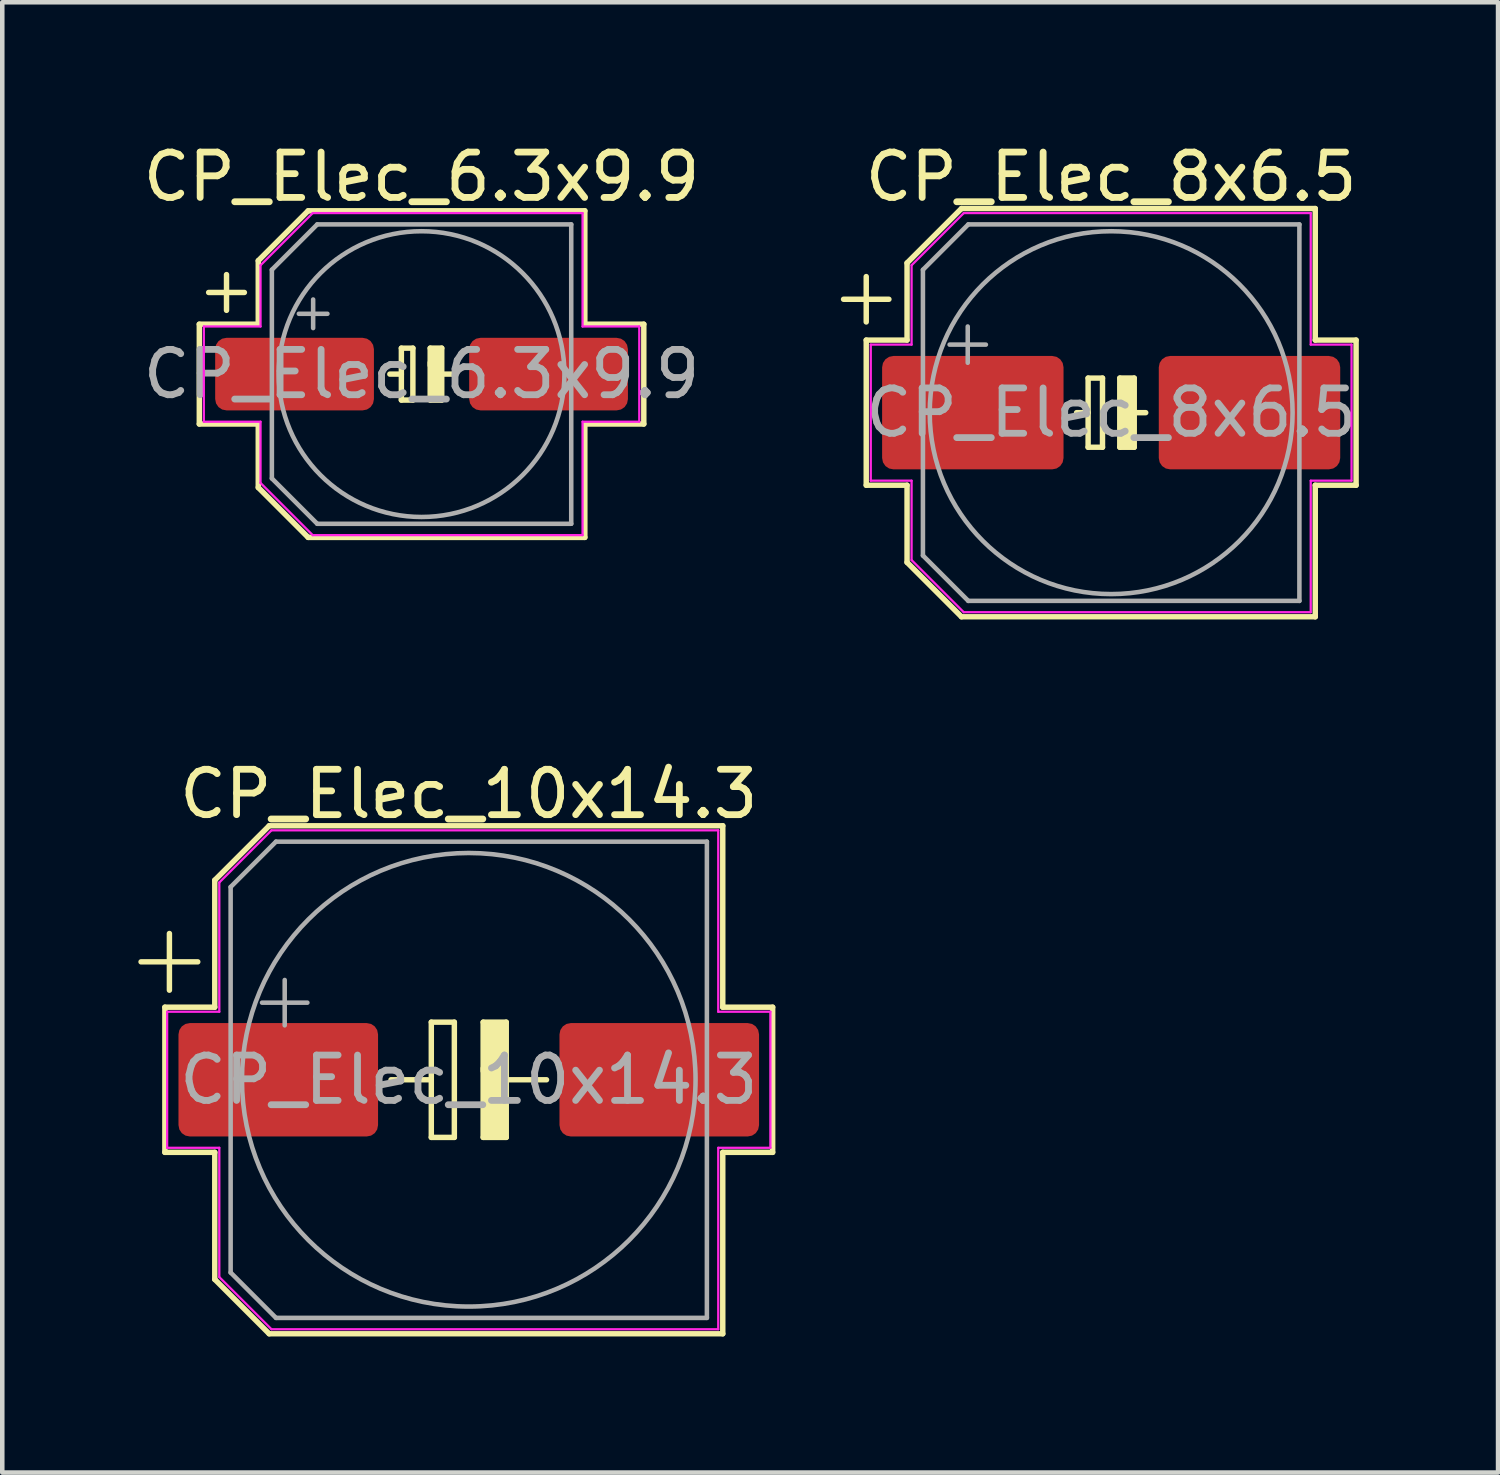
<source format=kicad_pcb>
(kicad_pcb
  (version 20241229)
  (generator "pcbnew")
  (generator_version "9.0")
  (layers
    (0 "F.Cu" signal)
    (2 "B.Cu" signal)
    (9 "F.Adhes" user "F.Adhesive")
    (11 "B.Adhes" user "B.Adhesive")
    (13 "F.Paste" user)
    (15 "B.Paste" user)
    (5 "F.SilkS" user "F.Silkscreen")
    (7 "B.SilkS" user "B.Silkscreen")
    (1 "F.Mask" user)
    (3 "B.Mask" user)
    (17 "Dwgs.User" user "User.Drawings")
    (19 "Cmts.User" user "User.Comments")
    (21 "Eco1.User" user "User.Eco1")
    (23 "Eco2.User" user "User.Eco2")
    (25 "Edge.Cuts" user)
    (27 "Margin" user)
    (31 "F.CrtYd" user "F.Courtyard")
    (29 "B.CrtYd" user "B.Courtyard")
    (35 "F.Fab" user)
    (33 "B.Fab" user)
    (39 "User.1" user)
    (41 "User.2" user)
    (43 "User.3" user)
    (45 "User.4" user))
  (footprint "CP_Elec_10x14.3"
    (layer "F.Cu")
    (at 7.285 20.756)
    (property "Reference" "CP_Elec_10x14.3" (at 0 -6.3 0) (layer "F.SilkS") (effects (font (size 1 1) (thickness 0.15))))
    (attr smd)
    (fp_line (start -7.225 -2.6) (end -5.975 -2.6) (stroke (width 0.12) (type solid)) (layer "F.SilkS"))
    (fp_line (start -6.7 -1.6) (end -6.7 1.6) (stroke (width 0.12) (type solid)) (layer "F.SilkS"))
    (fp_line (start -6.7 1.6) (end -5.6 1.6) (stroke (width 0.12) (type solid)) (layer "F.SilkS"))
    (fp_line (start -6.6 -3.225) (end -6.6 -1.975) (stroke (width 0.12) (type solid)) (layer "F.SilkS"))
    (fp_line (start -5.6 -4.4) (end -5.6 -1.6) (stroke (width 0.12) (type solid)) (layer "F.SilkS"))
    (fp_line (start -5.6 -1.6) (end -6.7 -1.6) (stroke (width 0.12) (type solid)) (layer "F.SilkS"))
    (fp_line (start -5.6 1.6) (end -5.6 4.4) (stroke (width 0.12) (type solid)) (layer "F.SilkS"))
    (fp_line (start -5.6 4.4) (end -4.4 5.6) (stroke (width 0.12) (type solid)) (layer "F.SilkS"))
    (fp_line (start -4.4 -5.6) (end -5.6 -4.4) (stroke (width 0.12) (type solid)) (layer "F.SilkS"))
    (fp_line (start -4.4 5.6) (end 5.6 5.6) (stroke (width 0.12) (type solid)) (layer "F.SilkS"))
    (fp_line (start -1.714 0) (end -0.826 0) (stroke (width 0.12) (type solid)) (layer "F.SilkS"))
    (fp_line (start -0.826 1.27) (end -0.826 -1.27) (stroke (width 0.12) (type solid)) (layer "F.SilkS"))
    (fp_line (start -0.318 -1.27) (end -0.826 -1.27) (stroke (width 0.12) (type solid)) (layer "F.SilkS"))
    (fp_line (start -0.318 -1.27) (end -0.318 1.27) (stroke (width 0.12) (type solid)) (layer "F.SilkS"))
    (fp_line (start -0.318 1.27) (end -0.826 1.27) (stroke (width 0.12) (type solid)) (layer "F.SilkS"))
    (fp_line (start 0.318 -1.27) (end 0.318 -0.191) (stroke (width 0.12) (type solid)) (layer "F.SilkS"))
    (fp_line (start 0.318 -0.254) (end 0.318 1.27) (stroke (width 0.12) (type solid)) (layer "F.SilkS"))
    (fp_line (start 0.318 1.27) (end 0.826 1.27) (stroke (width 0.12) (type solid)) (layer "F.SilkS"))
    (fp_line (start 0.826 -1.27) (end 0.318 -1.27) (stroke (width 0.12) (type solid)) (layer "F.SilkS"))
    (fp_line (start 0.826 0) (end 1.714 0) (stroke (width 0.12) (type solid)) (layer "F.SilkS"))
    (fp_line (start 0.826 1.27) (end 0.826 -1.27) (stroke (width 0.12) (type solid)) (layer "F.SilkS"))
    (fp_line (start 5.6 -5.6) (end -4.4 -5.6) (stroke (width 0.12) (type solid)) (layer "F.SilkS"))
    (fp_line (start 5.6 -1.6) (end 5.6 -5.6) (stroke (width 0.12) (type solid)) (layer "F.SilkS"))
    (fp_line (start 5.6 1.6) (end 6.7 1.6) (stroke (width 0.12) (type solid)) (layer "F.SilkS"))
    (fp_line (start 5.6 5.6) (end 5.6 1.6) (stroke (width 0.12) (type solid)) (layer "F.SilkS"))
    (fp_line (start 6.7 -1.6) (end 5.6 -1.6) (stroke (width 0.12) (type solid)) (layer "F.SilkS"))
    (fp_line (start 6.7 1.6) (end 6.7 -1.6) (stroke (width 0.12) (type solid)) (layer "F.SilkS"))
    (fp_poly (pts (xy 0.826 1.27) (xy 0.318 1.27) (xy 0.318 -1.27) (xy 0.826 -1.27)) (stroke (width 0.1) (type solid)) (fill yes) (layer "F.SilkS"))
    (fp_line (start -6.65 -1.5) (end -6.65 1.5) (stroke (width 0.05) (type solid)) (layer "F.CrtYd"))
    (fp_line (start -6.65 1.5) (end -5.5 1.5) (stroke (width 0.05) (type solid)) (layer "F.CrtYd"))
    (fp_line (start -5.5 -4.35) (end -5.5 -1.5) (stroke (width 0.05) (type solid)) (layer "F.CrtYd"))
    (fp_line (start -5.5 -4.35) (end -4.35 -5.5) (stroke (width 0.05) (type solid)) (layer "F.CrtYd"))
    (fp_line (start -5.5 -1.5) (end -6.65 -1.5) (stroke (width 0.05) (type solid)) (layer "F.CrtYd"))
    (fp_line (start -5.5 1.5) (end -5.5 4.35) (stroke (width 0.05) (type solid)) (layer "F.CrtYd"))
    (fp_line (start -5.5 4.35) (end -4.35 5.5) (stroke (width 0.05) (type solid)) (layer "F.CrtYd"))
    (fp_line (start -4.35 -5.5) (end 5.5 -5.5) (stroke (width 0.05) (type solid)) (layer "F.CrtYd"))
    (fp_line (start -4.35 5.5) (end 5.5 5.5) (stroke (width 0.05) (type solid)) (layer "F.CrtYd"))
    (fp_line (start 5.5 -5.5) (end 5.5 -1.5) (stroke (width 0.05) (type solid)) (layer "F.CrtYd"))
    (fp_line (start 5.5 -1.5) (end 6.65 -1.5) (stroke (width 0.05) (type solid)) (layer "F.CrtYd"))
    (fp_line (start 5.5 1.5) (end 5.5 5.5) (stroke (width 0.05) (type solid)) (layer "F.CrtYd"))
    (fp_line (start 6.65 -1.5) (end 6.65 1.5) (stroke (width 0.05) (type solid)) (layer "F.CrtYd"))
    (fp_line (start 6.65 1.5) (end 5.5 1.5) (stroke (width 0.05) (type solid)) (layer "F.CrtYd"))
    (fp_line (start -5.25 -4.25) (end -5.25 4.25) (stroke (width 0.1) (type solid)) (layer "F.Fab"))
    (fp_line (start -5.25 -4.25) (end -4.25 -5.25) (stroke (width 0.1) (type solid)) (layer "F.Fab"))
    (fp_line (start -5.25 4.25) (end -4.25 5.25) (stroke (width 0.1) (type solid)) (layer "F.Fab"))
    (fp_line (start -4.558 -1.7) (end -3.558 -1.7) (stroke (width 0.1) (type solid)) (layer "F.Fab"))
    (fp_line (start -4.25 -5.25) (end 5.25 -5.25) (stroke (width 0.1) (type solid)) (layer "F.Fab"))
    (fp_line (start -4.25 5.25) (end 5.25 5.25) (stroke (width 0.1) (type solid)) (layer "F.Fab"))
    (fp_line (start -4.058 -2.2) (end -4.058 -1.2) (stroke (width 0.1) (type solid)) (layer "F.Fab"))
    (fp_line (start 5.25 -5.25) (end 5.25 5.25) (stroke (width 0.1) (type solid)) (layer "F.Fab"))
    (fp_circle (center 0 0) (end 5 0) (stroke (width 0.1) (type solid)) (fill no) (layer "F.Fab"))
    (fp_text user "${REFERENCE}" (at 0 0 0) (layer "F.Fab") (effects (font (size 1 1) (thickness 0.15))))
    (pad "1" smd roundrect (at -4.2 0) (size 4.4 2.5) (layers "F.Cu" "F.Mask" "F.Paste") (roundrect_rratio 0.1))
    (pad "2" smd roundrect (at 4.2 0) (size 4.4 2.5) (layers "F.Cu" "F.Mask" "F.Paste") (roundrect_rratio 0.1)))
  (footprint "CP_Elec_8x6.5"
    (layer "F.Cu")
    (at 21.448 6.048)
    (property "Reference" "CP_Elec_8x6.5" (at 0 -5.2 0) (layer "F.SilkS") (effects (font (size 1 1) (thickness 0.15))))
    (attr smd)
    (fp_line (start -5.9 -2.5) (end -4.9 -2.5) (stroke (width 0.12) (type solid)) (layer "F.SilkS"))
    (fp_line (start -5.4 -3) (end -5.4 -2) (stroke (width 0.12) (type solid)) (layer "F.SilkS"))
    (fp_line (start -5.4 -1.6) (end -5.4 1.6) (stroke (width 0.12) (type solid)) (layer "F.SilkS"))
    (fp_line (start -5.4 1.6) (end -4.5 1.6) (stroke (width 0.12) (type solid)) (layer "F.SilkS"))
    (fp_line (start -4.5 -3.3) (end -4.5 -1.6) (stroke (width 0.12) (type solid)) (layer "F.SilkS"))
    (fp_line (start -4.5 -1.6) (end -5.4 -1.6) (stroke (width 0.12) (type solid)) (layer "F.SilkS"))
    (fp_line (start -4.5 1.6) (end -4.5 3.3) (stroke (width 0.12) (type solid)) (layer "F.SilkS"))
    (fp_line (start -4.5 3.3) (end -3.3 4.5) (stroke (width 0.12) (type solid)) (layer "F.SilkS"))
    (fp_line (start -3.3 -4.5) (end -4.5 -3.3) (stroke (width 0.12) (type solid)) (layer "F.SilkS"))
    (fp_line (start -3.3 4.5) (end 4.5 4.5) (stroke (width 0.12) (type solid)) (layer "F.SilkS"))
    (fp_line (start -0.508 0) (end -0.762 0) (stroke (width 0.12) (type solid)) (layer "F.SilkS"))
    (fp_line (start -0.508 0.762) (end -0.508 -0.762) (stroke (width 0.12) (type solid)) (layer "F.SilkS"))
    (fp_line (start -0.508 0.762) (end -0.191 0.762) (stroke (width 0.12) (type solid)) (layer "F.SilkS"))
    (fp_line (start -0.191 -0.762) (end -0.508 -0.762) (stroke (width 0.12) (type solid)) (layer "F.SilkS"))
    (fp_line (start -0.191 -0.762) (end -0.191 0.762) (stroke (width 0.12) (type solid)) (layer "F.SilkS"))
    (fp_line (start 0.191 -0.762) (end 0.191 -0.191) (stroke (width 0.12) (type solid)) (layer "F.SilkS"))
    (fp_line (start 0.191 -0.254) (end 0.191 0.762) (stroke (width 0.12) (type solid)) (layer "F.SilkS"))
    (fp_line (start 0.191 0.762) (end 0.508 0.762) (stroke (width 0.12) (type solid)) (layer "F.SilkS"))
    (fp_line (start 0.508 -0.762) (end 0.191 -0.762) (stroke (width 0.12) (type solid)) (layer "F.SilkS"))
    (fp_line (start 0.508 0) (end 0.762 0) (stroke (width 0.12) (type solid)) (layer "F.SilkS"))
    (fp_line (start 0.508 0.762) (end 0.508 -0.762) (stroke (width 0.12) (type solid)) (layer "F.SilkS"))
    (fp_line (start 4.5 -4.5) (end -3.3 -4.5) (stroke (width 0.12) (type solid)) (layer "F.SilkS"))
    (fp_line (start 4.5 -1.6) (end 4.5 -4.5) (stroke (width 0.12) (type solid)) (layer "F.SilkS"))
    (fp_line (start 4.5 1.6) (end 5.4 1.6) (stroke (width 0.12) (type solid)) (layer "F.SilkS"))
    (fp_line (start 4.5 4.5) (end 4.5 1.6) (stroke (width 0.12) (type solid)) (layer "F.SilkS"))
    (fp_line (start 5.4 -1.6) (end 4.5 -1.6) (stroke (width 0.12) (type solid)) (layer "F.SilkS"))
    (fp_line (start 5.4 1.6) (end 5.4 -1.6) (stroke (width 0.12) (type solid)) (layer "F.SilkS"))
    (fp_poly (pts (xy 0.508 0.762) (xy 0.191 0.762) (xy 0.191 -0.762) (xy 0.508 -0.762)) (stroke (width 0.1) (type solid)) (fill yes) (layer "F.SilkS"))
    (fp_line (start -5.3 -1.5) (end -5.3 1.5) (stroke (width 0.05) (type solid)) (layer "F.CrtYd"))
    (fp_line (start -5.3 1.5) (end -4.4 1.5) (stroke (width 0.05) (type solid)) (layer "F.CrtYd"))
    (fp_line (start -4.4 -3.25) (end -4.4 -1.5) (stroke (width 0.05) (type solid)) (layer "F.CrtYd"))
    (fp_line (start -4.4 -3.25) (end -3.25 -4.4) (stroke (width 0.05) (type solid)) (layer "F.CrtYd"))
    (fp_line (start -4.4 -1.5) (end -5.3 -1.5) (stroke (width 0.05) (type solid)) (layer "F.CrtYd"))
    (fp_line (start -4.4 1.5) (end -4.4 3.25) (stroke (width 0.05) (type solid)) (layer "F.CrtYd"))
    (fp_line (start -4.4 3.25) (end -3.25 4.4) (stroke (width 0.05) (type solid)) (layer "F.CrtYd"))
    (fp_line (start -3.25 -4.4) (end 4.4 -4.4) (stroke (width 0.05) (type solid)) (layer "F.CrtYd"))
    (fp_line (start -3.25 4.4) (end 4.4 4.4) (stroke (width 0.05) (type solid)) (layer "F.CrtYd"))
    (fp_line (start 4.4 -4.4) (end 4.4 -1.5) (stroke (width 0.05) (type solid)) (layer "F.CrtYd"))
    (fp_line (start 4.4 -1.5) (end 5.3 -1.5) (stroke (width 0.05) (type solid)) (layer "F.CrtYd"))
    (fp_line (start 4.4 1.5) (end 4.4 4.4) (stroke (width 0.05) (type solid)) (layer "F.CrtYd"))
    (fp_line (start 5.3 -1.5) (end 5.3 1.5) (stroke (width 0.05) (type solid)) (layer "F.CrtYd"))
    (fp_line (start 5.3 1.5) (end 4.4 1.5) (stroke (width 0.05) (type solid)) (layer "F.CrtYd"))
    (fp_line (start -4.15 -3.15) (end -4.15 3.15) (stroke (width 0.1) (type solid)) (layer "F.Fab"))
    (fp_line (start -4.15 -3.15) (end -3.15 -4.15) (stroke (width 0.1) (type solid)) (layer "F.Fab"))
    (fp_line (start -4.15 3.15) (end -3.15 4.15) (stroke (width 0.1) (type solid)) (layer "F.Fab"))
    (fp_line (start -3.562 -1.5) (end -2.762 -1.5) (stroke (width 0.1) (type solid)) (layer "F.Fab"))
    (fp_line (start -3.162 -1.9) (end -3.162 -1.1) (stroke (width 0.1) (type solid)) (layer "F.Fab"))
    (fp_line (start -3.15 -4.15) (end 4.15 -4.15) (stroke (width 0.1) (type solid)) (layer "F.Fab"))
    (fp_line (start -3.15 4.15) (end 4.15 4.15) (stroke (width 0.1) (type solid)) (layer "F.Fab"))
    (fp_line (start 4.15 -4.15) (end 4.15 4.15) (stroke (width 0.1) (type solid)) (layer "F.Fab"))
    (fp_circle (center 0 0) (end 4 0) (stroke (width 0.1) (type solid)) (fill no) (layer "F.Fab"))
    (fp_text user "${REFERENCE}" (at 0 0 0) (layer "F.Fab") (effects (font (size 1 1) (thickness 0.15))))
    (pad "1" smd roundrect (at -3.05 0) (size 4 2.5) (layers "F.Cu" "F.Mask" "F.Paste") (roundrect_rratio 0.1))
    (pad "2" smd roundrect (at 3.05 0) (size 4 2.5) (layers "F.Cu" "F.Mask" "F.Paste") (roundrect_rratio 0.1)))
  (footprint "CP_Elec_6.3x9.9"
    (layer "F.Cu")
    (at 6.244 5.198)
    (property "Reference" "CP_Elec_6.3x9.9" (at 0 -4.35 0) (layer "F.SilkS") (effects (font (size 1 1) (thickness 0.15))))
    (attr smd)
    (fp_line (start -4.9 -1.1) (end -4.9 1.1) (stroke (width 0.12) (type solid)) (layer "F.SilkS"))
    (fp_line (start -4.9 1.1) (end -3.6 1.1) (stroke (width 0.12) (type solid)) (layer "F.SilkS"))
    (fp_line (start -4.694 -1.8) (end -3.906 -1.8) (stroke (width 0.12) (type solid)) (layer "F.SilkS"))
    (fp_line (start -4.3 -2.194) (end -4.3 -1.406) (stroke (width 0.12) (type solid)) (layer "F.SilkS"))
    (fp_line (start -3.6 -2.5) (end -3.6 -1.1) (stroke (width 0.12) (type solid)) (layer "F.SilkS"))
    (fp_line (start -3.6 -1.1) (end -4.9 -1.1) (stroke (width 0.12) (type solid)) (layer "F.SilkS"))
    (fp_line (start -3.6 1.1) (end -3.6 2.5) (stroke (width 0.12) (type solid)) (layer "F.SilkS"))
    (fp_line (start -3.6 2.5) (end -2.5 3.6) (stroke (width 0.12) (type solid)) (layer "F.SilkS"))
    (fp_line (start -2.5 -3.6) (end -3.6 -2.5) (stroke (width 0.12) (type solid)) (layer "F.SilkS"))
    (fp_line (start -2.5 3.6) (end 3.6 3.6) (stroke (width 0.12) (type solid)) (layer "F.SilkS"))
    (fp_line (start -0.445 -0.572) (end -0.191 -0.572) (stroke (width 0.12) (type solid)) (layer "F.SilkS"))
    (fp_line (start -0.445 0) (end -0.699 0) (stroke (width 0.12) (type solid)) (layer "F.SilkS"))
    (fp_line (start -0.445 0.572) (end -0.445 -0.572) (stroke (width 0.12) (type solid)) (layer "F.SilkS"))
    (fp_line (start -0.191 -0.572) (end -0.191 0.572) (stroke (width 0.12) (type solid)) (layer "F.SilkS"))
    (fp_line (start -0.191 0.572) (end -0.445 0.572) (stroke (width 0.12) (type solid)) (layer "F.SilkS"))
    (fp_line (start 0.191 -0.572) (end 0.191 -0.191) (stroke (width 0.12) (type solid)) (layer "F.SilkS"))
    (fp_line (start 0.191 -0.572) (end 0.445 -0.572) (stroke (width 0.12) (type solid)) (layer "F.SilkS"))
    (fp_line (start 0.191 -0.254) (end 0.191 0.572) (stroke (width 0.12) (type solid)) (layer "F.SilkS"))
    (fp_line (start 0.445 0) (end 0.699 0) (stroke (width 0.12) (type solid)) (layer "F.SilkS"))
    (fp_line (start 0.445 0.572) (end 0.191 0.572) (stroke (width 0.12) (type solid)) (layer "F.SilkS"))
    (fp_line (start 0.445 0.572) (end 0.445 -0.572) (stroke (width 0.12) (type solid)) (layer "F.SilkS"))
    (fp_line (start 3.6 -3.6) (end -2.5 -3.6) (stroke (width 0.12) (type solid)) (layer "F.SilkS"))
    (fp_line (start 3.6 -1.1) (end 3.6 -3.6) (stroke (width 0.12) (type solid)) (layer "F.SilkS"))
    (fp_line (start 3.6 1.1) (end 4.9 1.1) (stroke (width 0.12) (type solid)) (layer "F.SilkS"))
    (fp_line (start 3.6 3.6) (end 3.6 1.1) (stroke (width 0.12) (type solid)) (layer "F.SilkS"))
    (fp_line (start 4.9 -1.1) (end 3.6 -1.1) (stroke (width 0.12) (type solid)) (layer "F.SilkS"))
    (fp_line (start 4.9 1.1) (end 4.9 -1.1) (stroke (width 0.12) (type solid)) (layer "F.SilkS"))
    (fp_poly (pts (xy 0.445 0.572) (xy 0.191 0.572) (xy 0.191 -0.572) (xy 0.445 -0.572)) (stroke (width 0.1) (type solid)) (fill yes) (layer "F.SilkS"))
    (fp_line (start -4.8 -1.05) (end -4.8 1.05) (stroke (width 0.05) (type solid)) (layer "F.CrtYd"))
    (fp_line (start -4.8 1.05) (end -3.55 1.05) (stroke (width 0.05) (type solid)) (layer "F.CrtYd"))
    (fp_line (start -3.55 -2.4) (end -3.55 -1.05) (stroke (width 0.05) (type solid)) (layer "F.CrtYd"))
    (fp_line (start -3.55 -2.4) (end -2.4 -3.55) (stroke (width 0.05) (type solid)) (layer "F.CrtYd"))
    (fp_line (start -3.55 -1.05) (end -4.8 -1.05) (stroke (width 0.05) (type solid)) (layer "F.CrtYd"))
    (fp_line (start -3.55 1.05) (end -3.55 2.4) (stroke (width 0.05) (type solid)) (layer "F.CrtYd"))
    (fp_line (start -3.55 2.4) (end -2.4 3.55) (stroke (width 0.05) (type solid)) (layer "F.CrtYd"))
    (fp_line (start -2.4 -3.55) (end 3.55 -3.55) (stroke (width 0.05) (type solid)) (layer "F.CrtYd"))
    (fp_line (start -2.4 3.55) (end 3.55 3.55) (stroke (width 0.05) (type solid)) (layer "F.CrtYd"))
    (fp_line (start 3.55 -3.55) (end 3.55 -1.05) (stroke (width 0.05) (type solid)) (layer "F.CrtYd"))
    (fp_line (start 3.55 -1.05) (end 4.8 -1.05) (stroke (width 0.05) (type solid)) (layer "F.CrtYd"))
    (fp_line (start 3.55 1.05) (end 3.55 3.55) (stroke (width 0.05) (type solid)) (layer "F.CrtYd"))
    (fp_line (start 4.8 -1.05) (end 4.8 1.05) (stroke (width 0.05) (type solid)) (layer "F.CrtYd"))
    (fp_line (start 4.8 1.05) (end 3.55 1.05) (stroke (width 0.05) (type solid)) (layer "F.CrtYd"))
    (fp_line (start -3.3 -2.3) (end -3.3 2.3) (stroke (width 0.1) (type solid)) (layer "F.Fab"))
    (fp_line (start -3.3 -2.3) (end -2.3 -3.3) (stroke (width 0.1) (type solid)) (layer "F.Fab"))
    (fp_line (start -3.3 2.3) (end -2.3 3.3) (stroke (width 0.1) (type solid)) (layer "F.Fab"))
    (fp_line (start -2.705 -1.33) (end -2.075 -1.33) (stroke (width 0.1) (type solid)) (layer "F.Fab"))
    (fp_line (start -2.39 -1.645) (end -2.39 -1.015) (stroke (width 0.1) (type solid)) (layer "F.Fab"))
    (fp_line (start -2.3 -3.3) (end 3.3 -3.3) (stroke (width 0.1) (type solid)) (layer "F.Fab"))
    (fp_line (start -2.3 3.3) (end 3.3 3.3) (stroke (width 0.1) (type solid)) (layer "F.Fab"))
    (fp_line (start 3.3 -3.3) (end 3.3 3.3) (stroke (width 0.1) (type solid)) (layer "F.Fab"))
    (fp_circle (center 0 0) (end 3.15 0) (stroke (width 0.1) (type solid)) (fill no) (layer "F.Fab"))
    (fp_text user "${REFERENCE}" (at 0 0 0) (layer "F.Fab") (effects (font (size 1 1) (thickness 0.15))))
    (pad "1" smd roundrect (at -2.8 0) (size 3.5 1.6) (layers "F.Cu" "F.Mask" "F.Paste") (roundrect_rratio 0.156))
    (pad "2" smd roundrect (at 2.8 0) (size 3.5 1.6) (layers "F.Cu" "F.Mask" "F.Paste") (roundrect_rratio 0.156)))
  (gr_rect
    (start -3 -3)
    (end 29.978 29.416)
    (stroke (width 0.1) (type default))
    (fill no)
    (layer "Edge.Cuts")))
</source>
